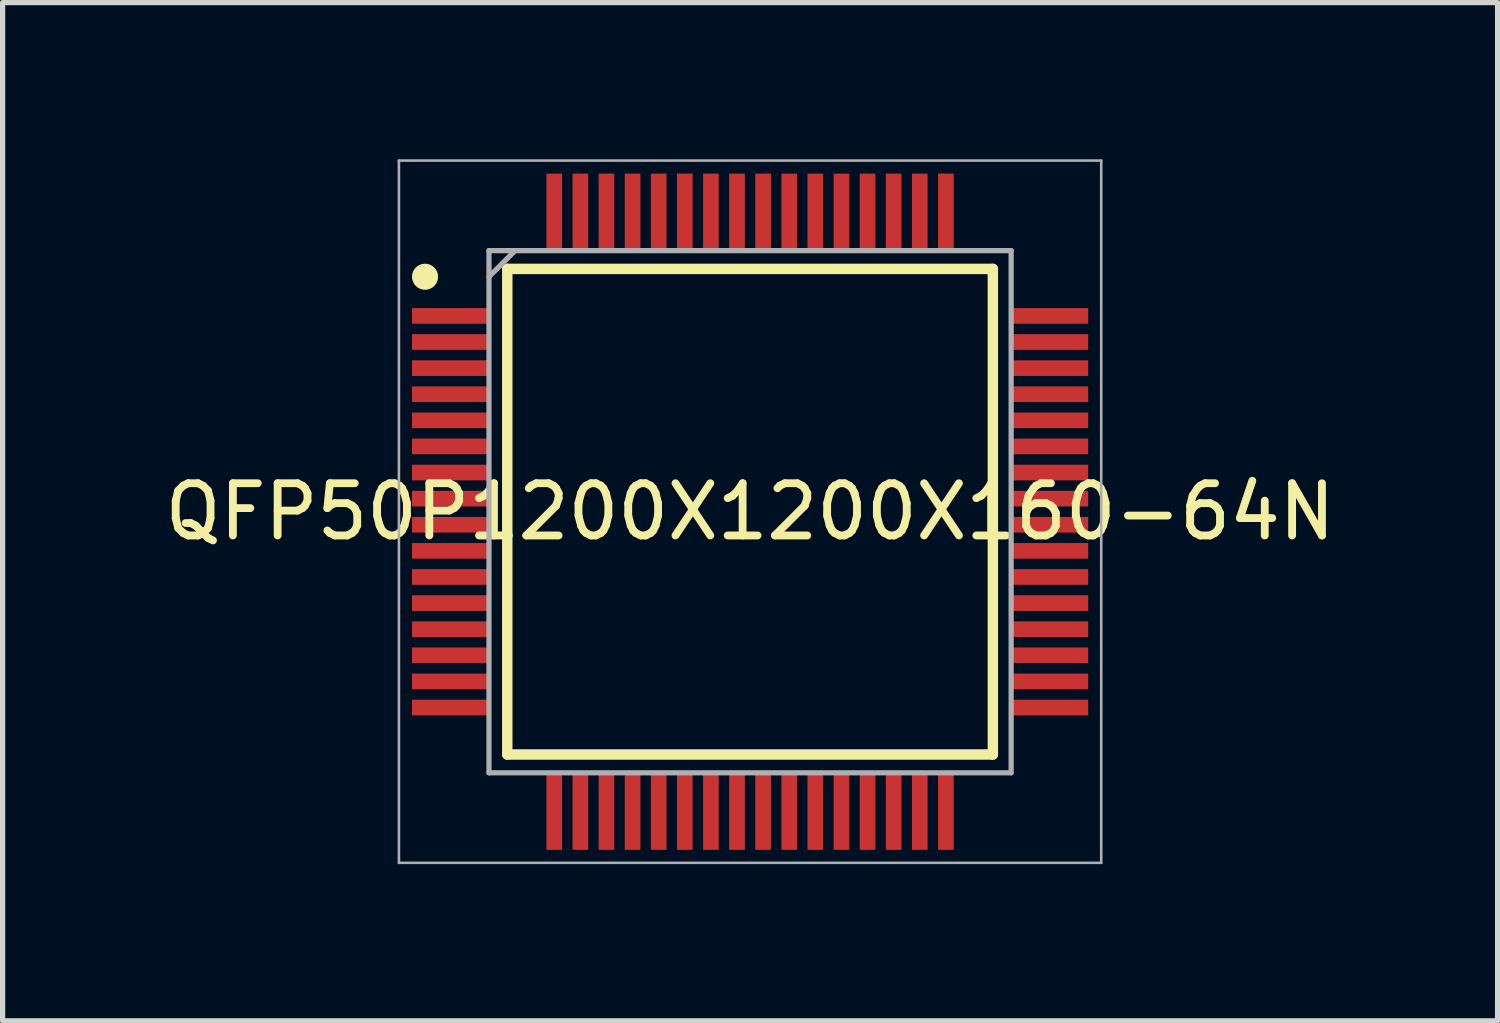
<source format=kicad_pcb>
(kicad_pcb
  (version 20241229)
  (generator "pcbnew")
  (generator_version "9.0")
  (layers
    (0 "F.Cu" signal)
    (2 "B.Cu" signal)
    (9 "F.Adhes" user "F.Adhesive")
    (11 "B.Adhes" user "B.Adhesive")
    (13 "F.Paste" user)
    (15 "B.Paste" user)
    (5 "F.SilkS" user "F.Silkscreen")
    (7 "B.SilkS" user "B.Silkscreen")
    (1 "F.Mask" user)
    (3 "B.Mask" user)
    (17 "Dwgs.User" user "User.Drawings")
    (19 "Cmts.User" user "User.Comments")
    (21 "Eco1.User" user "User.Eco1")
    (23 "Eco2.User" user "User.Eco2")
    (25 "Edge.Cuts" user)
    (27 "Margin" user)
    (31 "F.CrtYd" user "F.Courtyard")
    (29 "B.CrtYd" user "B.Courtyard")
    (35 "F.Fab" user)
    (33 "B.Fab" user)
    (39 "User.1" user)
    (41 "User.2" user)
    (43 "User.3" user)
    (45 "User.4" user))
  (footprint "QFP50P1200X1200X160-64N"
    (layer "F.Cu")
    (at 11.315 6.75)
    (property "Reference" "QFP50P1200X1200X160-64N" (at 0 0 0) (layer "F.SilkS") (effects (font (size 1 1) (thickness 0.15))))
    (attr smd)
    (fp_line (start -4.65 -4.65) (end 4.65 -4.65) (stroke (width 0.2) (type solid)) (layer "F.SilkS"))
    (fp_line (start -4.65 4.65) (end -4.65 -4.65) (stroke (width 0.2) (type solid)) (layer "F.SilkS"))
    (fp_line (start 4.65 -4.65) (end 4.65 4.65) (stroke (width 0.2) (type solid)) (layer "F.SilkS"))
    (fp_line (start 4.65 4.65) (end -4.65 4.65) (stroke (width 0.2) (type solid)) (layer "F.SilkS"))
    (fp_circle (center -6.225 -4.5) (end -6.1 -4.5) (stroke (width 0.25) (type solid)) (fill no) (layer "F.SilkS"))
    (fp_line (start -6.725 -6.725) (end 6.725 -6.725) (stroke (width 0.05) (type solid)) (layer "F.Fab"))
    (fp_line (start -6.725 6.725) (end -6.725 -6.725) (stroke (width 0.05) (type solid)) (layer "F.Fab"))
    (fp_line (start -5 -5) (end 5 -5) (stroke (width 0.1) (type solid)) (layer "F.Fab"))
    (fp_line (start -5 -4.5) (end -4.5 -5) (stroke (width 0.1) (type solid)) (layer "F.Fab"))
    (fp_line (start -5 5) (end -5 -5) (stroke (width 0.1) (type solid)) (layer "F.Fab"))
    (fp_line (start 5 -5) (end 5 5) (stroke (width 0.1) (type solid)) (layer "F.Fab"))
    (fp_line (start 5 5) (end -5 5) (stroke (width 0.1) (type solid)) (layer "F.Fab"))
    (fp_line (start 6.725 -6.725) (end 6.725 6.725) (stroke (width 0.05) (type solid)) (layer "F.Fab"))
    (fp_line (start 6.725 6.725) (end -6.725 6.725) (stroke (width 0.05) (type solid)) (layer "F.Fab"))
    (pad "1" smd rect (at -5.738 -3.75) (size 1.475 0.3) (layers "F.Cu" "F.Mask" "F.Paste"))
    (pad "2" smd rect (at -5.738 -3.25) (size 1.475 0.3) (layers "F.Cu" "F.Mask" "F.Paste"))
    (pad "3" smd rect (at -5.738 -2.75) (size 1.475 0.3) (layers "F.Cu" "F.Mask" "F.Paste"))
    (pad "4" smd rect (at -5.738 -2.25) (size 1.475 0.3) (layers "F.Cu" "F.Mask" "F.Paste"))
    (pad "5" smd rect (at -5.738 -1.75) (size 1.475 0.3) (layers "F.Cu" "F.Mask" "F.Paste"))
    (pad "6" smd rect (at -5.738 -1.25) (size 1.475 0.3) (layers "F.Cu" "F.Mask" "F.Paste"))
    (pad "7" smd rect (at -5.738 -0.75) (size 1.475 0.3) (layers "F.Cu" "F.Mask" "F.Paste"))
    (pad "8" smd rect (at -5.738 -0.25) (size 1.475 0.3) (layers "F.Cu" "F.Mask" "F.Paste"))
    (pad "9" smd rect (at -5.738 0.25) (size 1.475 0.3) (layers "F.Cu" "F.Mask" "F.Paste"))
    (pad "10" smd rect (at -5.738 0.75) (size 1.475 0.3) (layers "F.Cu" "F.Mask" "F.Paste"))
    (pad "11" smd rect (at -5.738 1.25) (size 1.475 0.3) (layers "F.Cu" "F.Mask" "F.Paste"))
    (pad "12" smd rect (at -5.738 1.75) (size 1.475 0.3) (layers "F.Cu" "F.Mask" "F.Paste"))
    (pad "13" smd rect (at -5.738 2.25) (size 1.475 0.3) (layers "F.Cu" "F.Mask" "F.Paste"))
    (pad "14" smd rect (at -5.738 2.75) (size 1.475 0.3) (layers "F.Cu" "F.Mask" "F.Paste"))
    (pad "15" smd rect (at -5.738 3.25) (size 1.475 0.3) (layers "F.Cu" "F.Mask" "F.Paste"))
    (pad "16" smd rect (at -5.738 3.75) (size 1.475 0.3) (layers "F.Cu" "F.Mask" "F.Paste"))
    (pad "17" smd rect (at -3.75 5.738 90) (size 1.475 0.3) (layers "F.Cu" "F.Mask" "F.Paste"))
    (pad "18" smd rect (at -3.25 5.738 90) (size 1.475 0.3) (layers "F.Cu" "F.Mask" "F.Paste"))
    (pad "19" smd rect (at -2.75 5.738 90) (size 1.475 0.3) (layers "F.Cu" "F.Mask" "F.Paste"))
    (pad "20" smd rect (at -2.25 5.738 90) (size 1.475 0.3) (layers "F.Cu" "F.Mask" "F.Paste"))
    (pad "21" smd rect (at -1.75 5.738 90) (size 1.475 0.3) (layers "F.Cu" "F.Mask" "F.Paste"))
    (pad "22" smd rect (at -1.25 5.738 90) (size 1.475 0.3) (layers "F.Cu" "F.Mask" "F.Paste"))
    (pad "23" smd rect (at -0.75 5.738 90) (size 1.475 0.3) (layers "F.Cu" "F.Mask" "F.Paste"))
    (pad "24" smd rect (at -0.25 5.738 90) (size 1.475 0.3) (layers "F.Cu" "F.Mask" "F.Paste"))
    (pad "25" smd rect (at 0.25 5.738 90) (size 1.475 0.3) (layers "F.Cu" "F.Mask" "F.Paste"))
    (pad "26" smd rect (at 0.75 5.738 90) (size 1.475 0.3) (layers "F.Cu" "F.Mask" "F.Paste"))
    (pad "27" smd rect (at 1.25 5.738 90) (size 1.475 0.3) (layers "F.Cu" "F.Mask" "F.Paste"))
    (pad "28" smd rect (at 1.75 5.738 90) (size 1.475 0.3) (layers "F.Cu" "F.Mask" "F.Paste"))
    (pad "29" smd rect (at 2.25 5.738 90) (size 1.475 0.3) (layers "F.Cu" "F.Mask" "F.Paste"))
    (pad "30" smd rect (at 2.75 5.738 90) (size 1.475 0.3) (layers "F.Cu" "F.Mask" "F.Paste"))
    (pad "31" smd rect (at 3.25 5.738 90) (size 1.475 0.3) (layers "F.Cu" "F.Mask" "F.Paste"))
    (pad "32" smd rect (at 3.75 5.738 90) (size 1.475 0.3) (layers "F.Cu" "F.Mask" "F.Paste"))
    (pad "33" smd rect (at 5.738 3.75) (size 1.475 0.3) (layers "F.Cu" "F.Mask" "F.Paste"))
    (pad "34" smd rect (at 5.738 3.25) (size 1.475 0.3) (layers "F.Cu" "F.Mask" "F.Paste"))
    (pad "35" smd rect (at 5.738 2.75) (size 1.475 0.3) (layers "F.Cu" "F.Mask" "F.Paste"))
    (pad "36" smd rect (at 5.738 2.25) (size 1.475 0.3) (layers "F.Cu" "F.Mask" "F.Paste"))
    (pad "37" smd rect (at 5.738 1.75) (size 1.475 0.3) (layers "F.Cu" "F.Mask" "F.Paste"))
    (pad "38" smd rect (at 5.738 1.25) (size 1.475 0.3) (layers "F.Cu" "F.Mask" "F.Paste"))
    (pad "39" smd rect (at 5.738 0.75) (size 1.475 0.3) (layers "F.Cu" "F.Mask" "F.Paste"))
    (pad "40" smd rect (at 5.738 0.25) (size 1.475 0.3) (layers "F.Cu" "F.Mask" "F.Paste"))
    (pad "41" smd rect (at 5.738 -0.25) (size 1.475 0.3) (layers "F.Cu" "F.Mask" "F.Paste"))
    (pad "42" smd rect (at 5.738 -0.75) (size 1.475 0.3) (layers "F.Cu" "F.Mask" "F.Paste"))
    (pad "43" smd rect (at 5.738 -1.25) (size 1.475 0.3) (layers "F.Cu" "F.Mask" "F.Paste"))
    (pad "44" smd rect (at 5.738 -1.75) (size 1.475 0.3) (layers "F.Cu" "F.Mask" "F.Paste"))
    (pad "45" smd rect (at 5.738 -2.25) (size 1.475 0.3) (layers "F.Cu" "F.Mask" "F.Paste"))
    (pad "46" smd rect (at 5.738 -2.75) (size 1.475 0.3) (layers "F.Cu" "F.Mask" "F.Paste"))
    (pad "47" smd rect (at 5.738 -3.25) (size 1.475 0.3) (layers "F.Cu" "F.Mask" "F.Paste"))
    (pad "48" smd rect (at 5.738 -3.75) (size 1.475 0.3) (layers "F.Cu" "F.Mask" "F.Paste"))
    (pad "49" smd rect (at 3.75 -5.738 90) (size 1.475 0.3) (layers "F.Cu" "F.Mask" "F.Paste"))
    (pad "50" smd rect (at 3.25 -5.738 90) (size 1.475 0.3) (layers "F.Cu" "F.Mask" "F.Paste"))
    (pad "51" smd rect (at 2.75 -5.738 90) (size 1.475 0.3) (layers "F.Cu" "F.Mask" "F.Paste"))
    (pad "52" smd rect (at 2.25 -5.738 90) (size 1.475 0.3) (layers "F.Cu" "F.Mask" "F.Paste"))
    (pad "53" smd rect (at 1.75 -5.738 90) (size 1.475 0.3) (layers "F.Cu" "F.Mask" "F.Paste"))
    (pad "54" smd rect (at 1.25 -5.738 90) (size 1.475 0.3) (layers "F.Cu" "F.Mask" "F.Paste"))
    (pad "55" smd rect (at 0.75 -5.738 90) (size 1.475 0.3) (layers "F.Cu" "F.Mask" "F.Paste"))
    (pad "56" smd rect (at 0.25 -5.738 90) (size 1.475 0.3) (layers "F.Cu" "F.Mask" "F.Paste"))
    (pad "57" smd rect (at -0.25 -5.738 90) (size 1.475 0.3) (layers "F.Cu" "F.Mask" "F.Paste"))
    (pad "58" smd rect (at -0.75 -5.738 90) (size 1.475 0.3) (layers "F.Cu" "F.Mask" "F.Paste"))
    (pad "59" smd rect (at -1.25 -5.738 90) (size 1.475 0.3) (layers "F.Cu" "F.Mask" "F.Paste"))
    (pad "60" smd rect (at -1.75 -5.738 90) (size 1.475 0.3) (layers "F.Cu" "F.Mask" "F.Paste"))
    (pad "61" smd rect (at -2.25 -5.738 90) (size 1.475 0.3) (layers "F.Cu" "F.Mask" "F.Paste"))
    (pad "62" smd rect (at -2.75 -5.738 90) (size 1.475 0.3) (layers "F.Cu" "F.Mask" "F.Paste"))
    (pad "63" smd rect (at -3.25 -5.738 90) (size 1.475 0.3) (layers "F.Cu" "F.Mask" "F.Paste"))
    (pad "64" smd rect (at -3.75 -5.738 90) (size 1.475 0.3) (layers "F.Cu" "F.Mask" "F.Paste")))
  (gr_rect
    (start -3 -3)
    (end 25.631 16.5)
    (stroke (width 0.1) (type default))
    (fill no)
    (layer "Edge.Cuts")))
</source>
